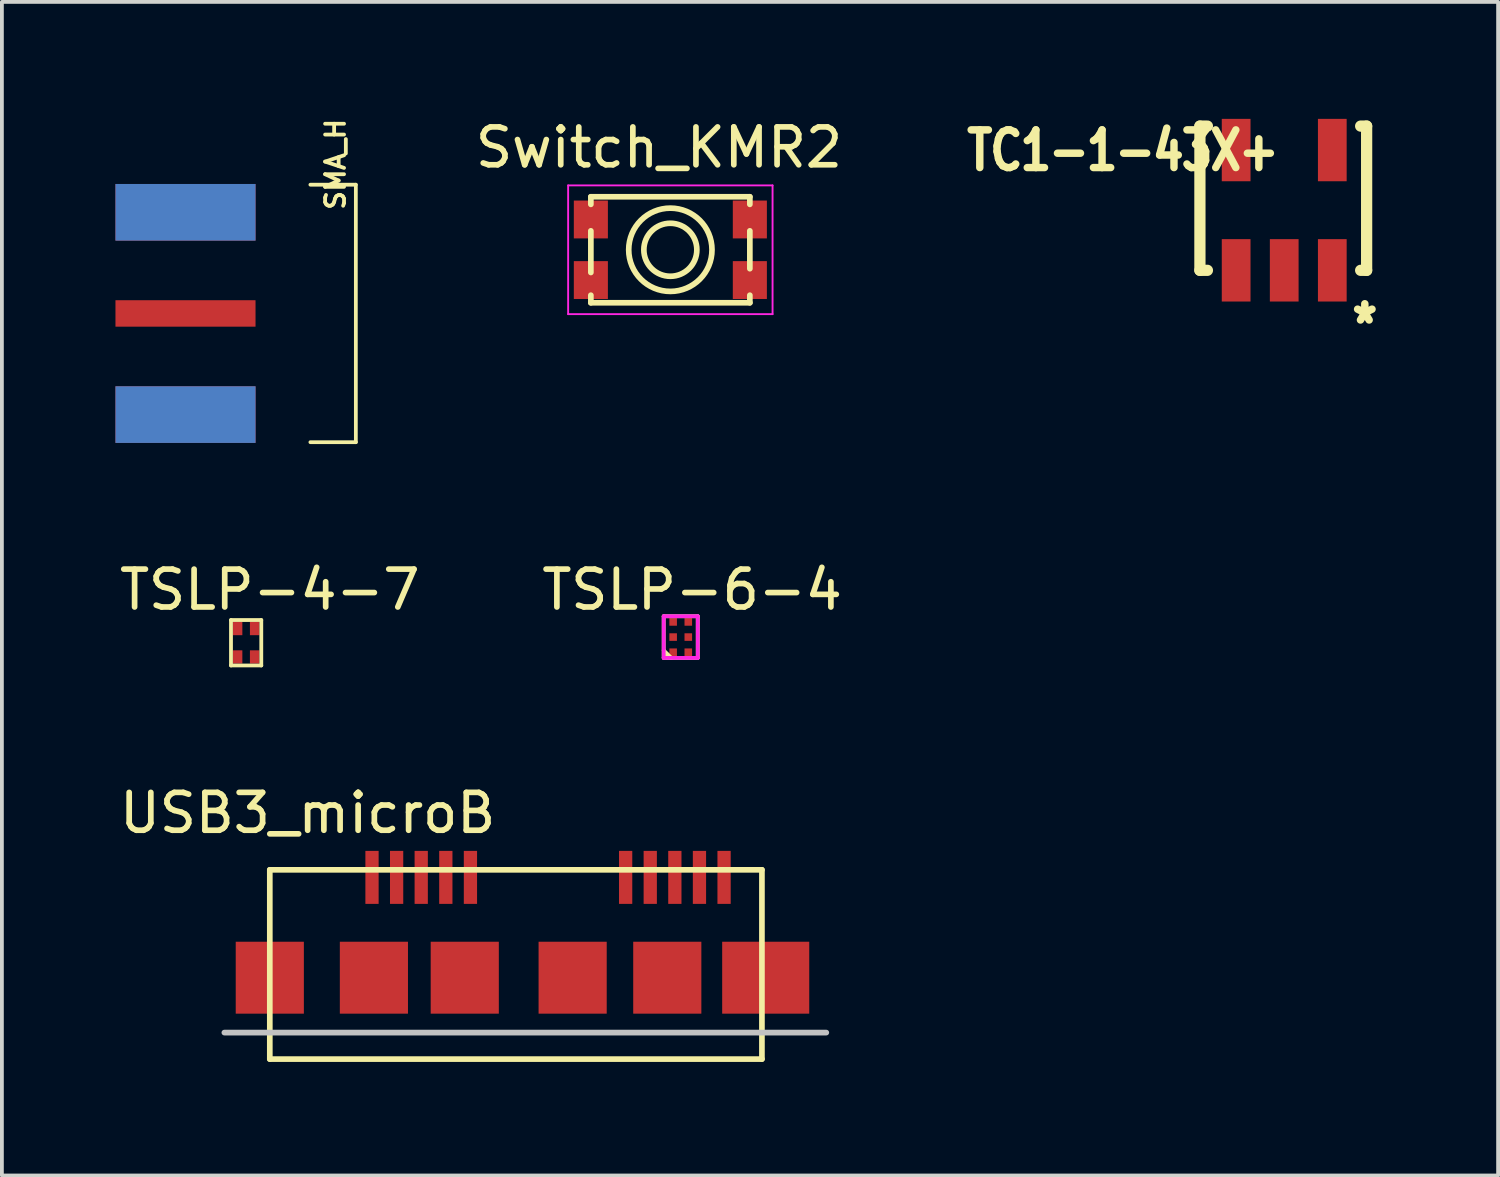
<source format=kicad_pcb>
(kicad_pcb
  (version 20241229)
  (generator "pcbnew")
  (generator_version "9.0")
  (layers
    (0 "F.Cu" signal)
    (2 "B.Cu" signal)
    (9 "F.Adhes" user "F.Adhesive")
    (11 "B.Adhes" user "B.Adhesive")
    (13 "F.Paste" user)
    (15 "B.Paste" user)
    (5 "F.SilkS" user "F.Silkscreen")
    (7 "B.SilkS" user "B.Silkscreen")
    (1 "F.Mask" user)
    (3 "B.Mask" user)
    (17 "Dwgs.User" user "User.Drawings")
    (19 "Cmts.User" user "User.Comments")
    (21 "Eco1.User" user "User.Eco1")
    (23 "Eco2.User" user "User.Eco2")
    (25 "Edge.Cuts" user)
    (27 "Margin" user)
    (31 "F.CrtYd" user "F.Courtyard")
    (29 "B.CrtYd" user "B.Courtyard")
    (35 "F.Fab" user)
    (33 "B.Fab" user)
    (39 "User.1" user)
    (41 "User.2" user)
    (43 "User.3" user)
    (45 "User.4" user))
  (footprint "SMA_H"
    (layer "F.Cu")
    (at 2.35 5.23)
    (property "Reference" "SMA_H" (at 3.462 -3.94 90) (layer "F.SilkS") (effects (font (size 0.5 0.5) (thickness 0.1))))
    (attr smd)
    (fp_line (start 2.799 -3.401) (end 3.998 -3.401) (stroke (width 0.099) (type solid)) (layer "F.SilkS"))
    (fp_line (start 4 -3.401) (end 4 3.401) (stroke (width 0.099) (type solid)) (layer "F.SilkS"))
    (fp_line (start 4 3.401) (end 2.799 3.401) (stroke (width 0.099) (type solid)) (layer "F.SilkS"))
    (pad "1" smd rect (at -0.5 0) (size 3.7 0.699) (layers "F.Cu" "F.Mask" "F.Paste"))
    (pad "2" smd rect (at -0.5 2.672) (size 3.7 1.496) (layers "F.Cu" "F.Mask" "F.Paste"))
    (pad "3" smd rect (at -0.5 -2.672) (size 3.7 1.496) (layers "F.Cu" "F.Mask" "F.Paste"))
    (pad "4" smd rect (at -0.5 2.672) (size 3.7 1.496) (layers "B.Cu" "B.Mask" "B.Paste"))
    (pad "5" smd rect (at -0.5 -2.672) (size 3.7 1.496) (layers "B.Cu" "B.Mask" "B.Paste")))
  (footprint "USB3_microB"
    (layer "F.Cu")
    (at 8.077 19.427)
    (property "Reference" "USB3_microB" (at -3 -1 0) (layer "F.SilkS") (effects (font (size 1 1) (thickness 0.15))))
    (attr through_hole)
    (fp_line (start -4 0.5) (end -4 5.5) (stroke (width 0.15) (type solid)) (layer "F.SilkS"))
    (fp_line (start -4 5.5) (end 9 5.5) (stroke (width 0.15) (type solid)) (layer "F.SilkS"))
    (fp_line (start 9 0.5) (end -4 0.5) (stroke (width 0.15) (type solid)) (layer "F.SilkS"))
    (fp_line (start 9 5.5) (end 9 0.5) (stroke (width 0.15) (type solid)) (layer "F.SilkS"))
    (fp_line (start -5.2 4.8) (end 10.7 4.8) (stroke (width 0.15) (type solid)) (layer "Dwgs.User"))
    (pad "D+" smd rect (at 0 0.7) (size 0.35 1.4) (layers "F.Cu" "F.Mask" "F.Paste"))
    (pad "D-" smd rect (at -0.65 0.7) (size 0.35 1.4) (layers "F.Cu" "F.Mask" "F.Paste"))
    (pad "GND" smd rect (at -4 3.35) (size 1.8 1.9) (layers "F.Cu" "F.Mask" "F.Paste"))
    (pad "GND" smd rect (at -1.25 3.35) (size 1.8 1.9) (layers "F.Cu" "F.Mask" "F.Paste"))
    (pad "GND" smd rect (at 1.15 3.35) (size 1.8 1.9) (layers "F.Cu" "F.Mask" "F.Paste"))
    (pad "GND" smd rect (at 1.3 0.7) (size 0.35 1.4) (layers "F.Cu" "F.Mask" "F.Paste"))
    (pad "GND" smd rect (at 4 3.35) (size 1.8 1.9) (layers "F.Cu" "F.Mask" "F.Paste"))
    (pad "GND" smd rect (at 6.5 3.35) (size 1.8 1.9) (layers "F.Cu" "F.Mask" "F.Paste"))
    (pad "GND" smd rect (at 6.7 0.7) (size 0.35 1.4) (layers "F.Cu" "F.Mask" "F.Paste"))
    (pad "GND" smd rect (at 9.1 3.35) (size 2.3 1.9) (layers "F.Cu" "F.Mask" "F.Paste"))
    (pad "OTG" smd rect (at 0.65 0.7) (size 0.35 1.4) (layers "F.Cu" "F.Mask" "F.Paste"))
    (pad "RX+" smd rect (at 8 0.7) (size 0.35 1.4) (layers "F.Cu" "F.Mask" "F.Paste"))
    (pad "RX-" smd rect (at 7.35 0.7) (size 0.35 1.4) (layers "F.Cu" "F.Mask" "F.Paste"))
    (pad "TX+" smd rect (at 6.05 0.7) (size 0.35 1.4) (layers "F.Cu" "F.Mask" "F.Paste"))
    (pad "TX-" smd rect (at 5.4 0.7) (size 0.35 1.4) (layers "F.Cu" "F.Mask" "F.Paste"))
    (pad "VBUS" smd rect (at -1.3 0.7) (size 0.35 1.4) (layers "F.Cu" "F.Mask" "F.Paste")))
  (footprint "TSLP-6-4"
    (layer "F.Cu")
    (at 14.732 14.179)
    (property "Reference" "TSLP-6-4" (at 0.5 -1.65 0) (layer "F.SilkS") (effects (font (size 1 1) (thickness 0.15))))
    (attr through_hole)
    (fp_line (start -0.25 -0.95) (end 0.65 -0.95) (stroke (width 0.1) (type solid)) (layer "F.SilkS"))
    (fp_line (start -0.25 -0.05) (end -0.05 0.15) (stroke (width 0.1) (type solid)) (layer "F.SilkS"))
    (fp_line (start -0.25 0.15) (end -0.25 -0.95) (stroke (width 0.1) (type solid)) (layer "F.SilkS"))
    (fp_line (start -0.05 0.15) (end -0.2 0.1) (stroke (width 0.1) (type solid)) (layer "F.SilkS"))
    (fp_line (start 0.65 -0.95) (end 0.65 0.15) (stroke (width 0.1) (type solid)) (layer "F.SilkS"))
    (fp_line (start 0.65 0.15) (end -0.25 0.15) (stroke (width 0.1) (type solid)) (layer "F.SilkS"))
    (fp_line (start -0.25 -0.95) (end 0.65 -0.95) (stroke (width 0.1) (type solid)) (layer "F.CrtYd"))
    (fp_line (start -0.25 0.15) (end -0.25 -0.95) (stroke (width 0.1) (type solid)) (layer "F.CrtYd"))
    (fp_line (start 0.65 -0.95) (end 0.65 0.15) (stroke (width 0.1) (type solid)) (layer "F.CrtYd"))
    (fp_line (start 0.65 0.15) (end -0.25 0.15) (stroke (width 0.1) (type solid)) (layer "F.CrtYd"))
    (pad "1" smd rect (at 0 0) (size 0.2 0.2) (layers "F.Cu" "F.Mask" "F.Paste"))
    (pad "2" smd rect (at 0 -0.4) (size 0.2 0.2) (layers "F.Cu" "F.Mask" "F.Paste"))
    (pad "3" smd rect (at 0 -0.8) (size 0.2 0.2) (layers "F.Cu" "F.Mask" "F.Paste"))
    (pad "4" smd rect (at 0.4 -0.8) (size 0.2 0.2) (layers "F.Cu" "F.Mask" "F.Paste"))
    (pad "5" smd rect (at 0.4 -0.4) (size 0.2 0.2) (layers "F.Cu" "F.Mask" "F.Paste"))
    (pad "6" smd rect (at 0.4 0) (size 0.2 0.2) (layers "F.Cu" "F.Mask" "F.Paste")))
  (footprint "Switch_KMR2"
    (layer "F.Cu")
    (at 14.658 3.548)
    (property "Reference" "Switch_KMR2" (at -0.3 -2.7 0) (layer "F.SilkS") (effects (font (size 1 1) (thickness 0.15))))
    (attr smd)
    (fp_line (start -2.1 -1.4) (end -2.1 -1.2) (stroke (width 0.15) (type solid)) (layer "F.SilkS"))
    (fp_line (start -2.1 -0.5) (end -2.1 0.6) (stroke (width 0.15) (type solid)) (layer "F.SilkS"))
    (fp_line (start -2.1 1.4) (end -2.1 1.2) (stroke (width 0.15) (type solid)) (layer "F.SilkS"))
    (fp_line (start -2.1 1.4) (end 2.1 1.4) (stroke (width 0.15) (type solid)) (layer "F.SilkS"))
    (fp_line (start 2.1 -1.4) (end -2.1 -1.4) (stroke (width 0.15) (type solid)) (layer "F.SilkS"))
    (fp_line (start 2.1 -1.4) (end 2.1 -1.2) (stroke (width 0.15) (type solid)) (layer "F.SilkS"))
    (fp_line (start 2.1 -0.5) (end 2.1 0.5) (stroke (width 0.15) (type solid)) (layer "F.SilkS"))
    (fp_line (start 2.1 1.4) (end 2.1 1.2) (stroke (width 0.15) (type solid)) (layer "F.SilkS"))
    (fp_circle (center 0 0) (end 0.7 0) (stroke (width 0.15) (type solid)) (fill no) (layer "F.SilkS"))
    (fp_circle (center 0 0) (end 1.1 0) (stroke (width 0.15) (type solid)) (fill no) (layer "F.SilkS"))
    (fp_line (start -2.7 -1.7) (end 2.7 -1.7) (stroke (width 0.05) (type solid)) (layer "F.CrtYd"))
    (fp_line (start -2.7 1.7) (end -2.7 -1.7) (stroke (width 0.05) (type solid)) (layer "F.CrtYd"))
    (fp_line (start 2.7 -1.7) (end 2.7 1.7) (stroke (width 0.05) (type solid)) (layer "F.CrtYd"))
    (fp_line (start 2.7 1.7) (end -2.7 1.7) (stroke (width 0.05) (type solid)) (layer "F.CrtYd"))
    (pad "1" smd rect (at -2.1 -0.8) (size 0.9 1) (layers "F.Cu" "F.Mask" "F.Paste"))
    (pad "1" smd rect (at 2.1 -0.8) (size 0.9 1) (layers "F.Cu" "F.Mask" "F.Paste"))
    (pad "2" smd rect (at -2.1 0.8) (size 0.9 1) (layers "F.Cu" "F.Mask" "F.Paste"))
    (pad "2" smd rect (at 2.1 0.8) (size 0.9 1) (layers "F.Cu" "F.Mask" "F.Paste")))
  (footprint "TC1-1-43X+"
    (layer "F.Cu")
    (at 30.873 2.506)
    (property "Reference" "TC1-1-43X+" (at -4.26 -1.58 0) (layer "F.SilkS") (effects (font (size 0.996 0.798) (thickness 0.196))))
    (attr smd)
    (fp_line (start -2.226 -2.225) (end -2.028 -2.225) (stroke (width 0.297) (type solid)) (layer "F.SilkS"))
    (fp_line (start -2.226 1.585) (end -2.226 -2.225) (stroke (width 0.297) (type solid)) (layer "F.SilkS"))
    (fp_line (start -2.226 1.585) (end -2.028 1.585) (stroke (width 0.297) (type solid)) (layer "F.SilkS"))
    (fp_line (start 2.02 1.585) (end 2.178 1.585) (stroke (width 0.297) (type solid)) (layer "F.SilkS"))
    (fp_line (start 2.178 -2.225) (end 2.02 -2.225) (stroke (width 0.297) (type solid)) (layer "F.SilkS"))
    (fp_line (start 2.178 1.585) (end 2.178 -2.225) (stroke (width 0.297) (type solid)) (layer "F.SilkS"))
    (fp_text user "*" (at 2.13 3.015 0) (layer "F.SilkS") (effects (font (size 0.998 0.798) (thickness 0.198))))
    (pad "1" smd rect (at 1.271 1.585) (size 0.759 1.648) (layers "F.Cu" "F.Mask" "F.Paste"))
    (pad "2" smd rect (at 0.001 1.585) (size 0.759 1.648) (layers "F.Cu" "F.Mask" "F.Paste"))
    (pad "3" smd rect (at -1.269 1.585) (size 0.759 1.648) (layers "F.Cu" "F.Mask" "F.Paste"))
    (pad "4" smd rect (at -1.269 -1.592) (size 0.759 1.648) (layers "F.Cu" "F.Mask" "F.Paste"))
    (pad "6" smd rect (at 1.271 -1.592) (size 0.759 1.648) (layers "F.Cu" "F.Mask" "F.Paste")))
  (footprint "TSLP-4-7"
    (layer "F.Cu")
    (at 3.227 14.304)
    (property "Reference" "TSLP-4-7" (at 0.85 -1.775 0) (layer "F.SilkS") (effects (font (size 1 1) (thickness 0.15))))
    (attr through_hole)
    (fp_line (start -0.175 -0.975) (end -0.175 0.225) (stroke (width 0.1) (type solid)) (layer "F.SilkS"))
    (fp_line (start -0.175 0.225) (end 0.625 0.225) (stroke (width 0.1) (type solid)) (layer "F.SilkS"))
    (fp_line (start 0.625 -0.975) (end -0.175 -0.975) (stroke (width 0.1) (type solid)) (layer "F.SilkS"))
    (fp_line (start 0.625 0.225) (end 0.625 -0.975) (stroke (width 0.1) (type solid)) (layer "F.SilkS"))
    (pad "1" smd rect (at 0 0) (size 0.25 0.35) (layers "F.Cu" "F.Mask" "F.Paste"))
    (pad "2" smd rect (at 0 -0.75) (size 0.25 0.35) (layers "F.Cu" "F.Mask" "F.Paste"))
    (pad "3" smd rect (at 0.45 -0.75) (size 0.25 0.35) (layers "F.Cu" "F.Mask" "F.Paste"))
    (pad "4" smd rect (at 0.45 0) (size 0.25 0.35) (layers "F.Cu" "F.Mask" "F.Paste")))
  (gr_rect
    (start -3 -3)
    (end 36.524 28.002)
    (stroke (width 0.1) (type default))
    (fill no)
    (layer "Edge.Cuts")))
</source>
